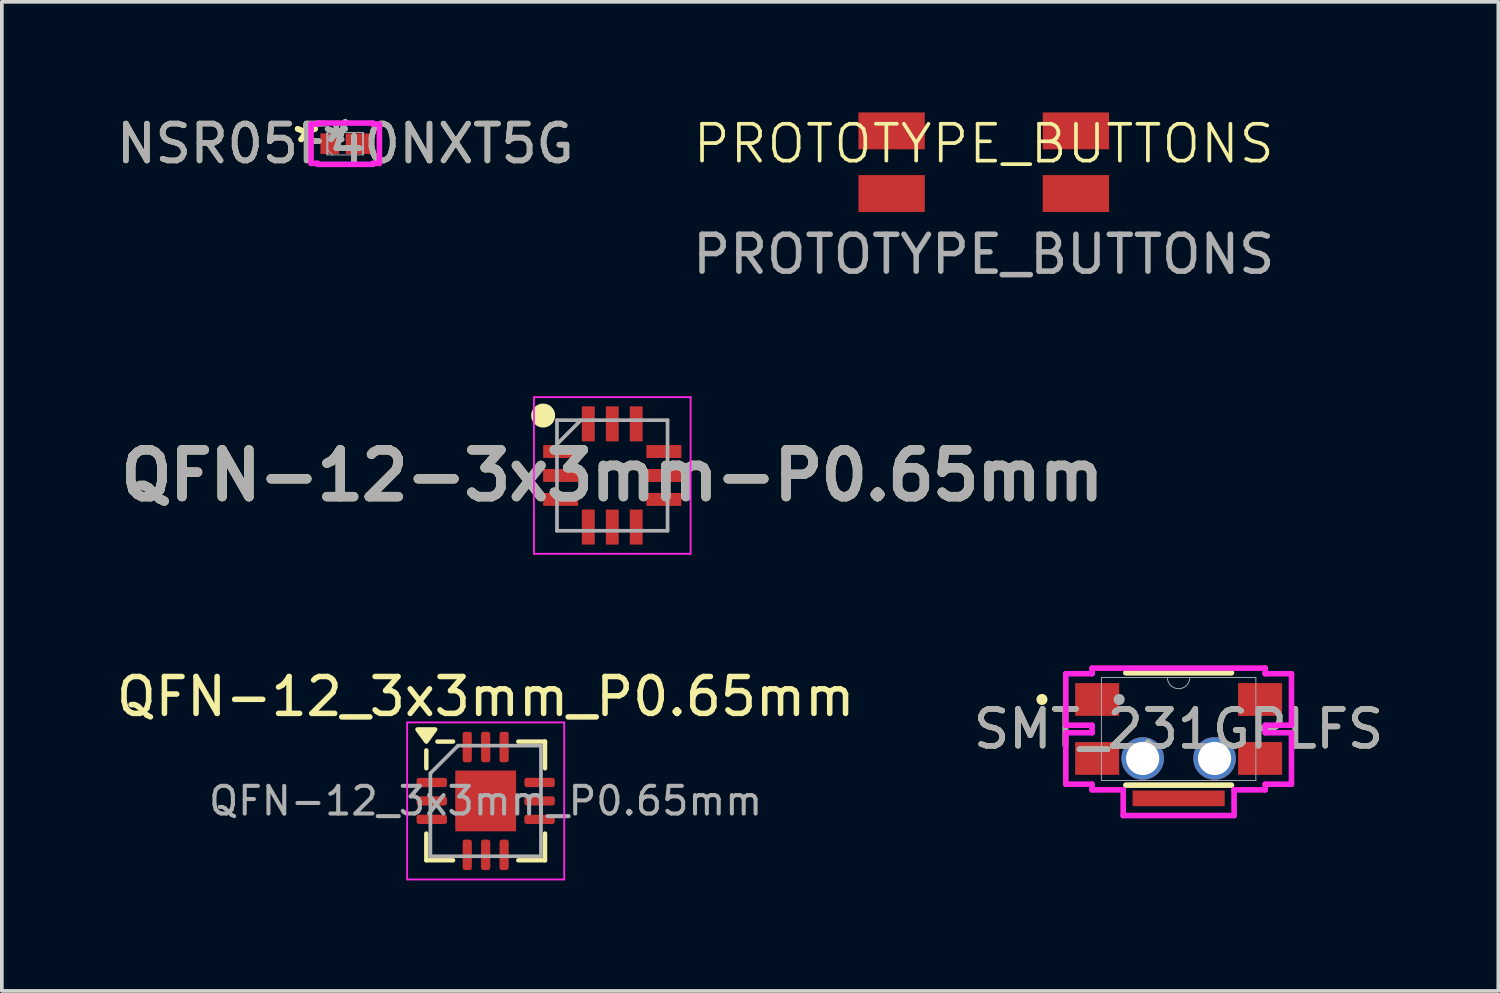
<source format=kicad_pcb>
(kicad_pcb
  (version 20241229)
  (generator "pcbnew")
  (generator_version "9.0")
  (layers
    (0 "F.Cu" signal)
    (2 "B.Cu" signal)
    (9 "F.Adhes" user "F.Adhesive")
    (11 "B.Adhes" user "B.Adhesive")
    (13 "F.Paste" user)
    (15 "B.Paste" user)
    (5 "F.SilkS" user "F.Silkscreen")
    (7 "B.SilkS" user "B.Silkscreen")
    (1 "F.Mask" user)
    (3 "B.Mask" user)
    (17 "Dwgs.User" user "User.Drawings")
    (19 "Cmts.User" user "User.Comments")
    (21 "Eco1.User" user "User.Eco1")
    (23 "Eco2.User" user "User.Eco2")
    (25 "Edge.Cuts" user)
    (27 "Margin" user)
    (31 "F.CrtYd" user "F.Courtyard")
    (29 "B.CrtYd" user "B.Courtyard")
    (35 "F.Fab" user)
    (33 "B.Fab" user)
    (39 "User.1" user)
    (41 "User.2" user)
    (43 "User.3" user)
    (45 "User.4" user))
  (footprint "NSR05F40NXT5G"
    (layer "F.Cu")
    (at 6.315 0.848)
    (property "Reference" "NSR05F40NXT5G" (at 0 0 0) (unlocked yes) (layer "F.SilkS") (effects (font (size 1 1) (thickness 0.15))))
    (attr smd)
    (fp_line (start -0.927 -0.533) (end -0.749 -0.533) (stroke (width 0.152) (type solid)) (layer "F.CrtYd"))
    (fp_line (start -0.927 0.533) (end -0.927 -0.533) (stroke (width 0.152) (type solid)) (layer "F.CrtYd"))
    (fp_line (start -0.749 -0.559) (end 0.749 -0.559) (stroke (width 0.152) (type solid)) (layer "F.CrtYd"))
    (fp_line (start -0.749 -0.533) (end -0.749 -0.559) (stroke (width 0.152) (type solid)) (layer "F.CrtYd"))
    (fp_line (start -0.749 0.533) (end -0.927 0.533) (stroke (width 0.152) (type solid)) (layer "F.CrtYd"))
    (fp_line (start -0.749 0.559) (end -0.749 0.533) (stroke (width 0.152) (type solid)) (layer "F.CrtYd"))
    (fp_line (start 0.749 -0.559) (end 0.749 -0.533) (stroke (width 0.152) (type solid)) (layer "F.CrtYd"))
    (fp_line (start 0.749 -0.533) (end 0.927 -0.533) (stroke (width 0.152) (type solid)) (layer "F.CrtYd"))
    (fp_line (start 0.749 0.533) (end 0.749 0.559) (stroke (width 0.152) (type solid)) (layer "F.CrtYd"))
    (fp_line (start 0.749 0.559) (end -0.749 0.559) (stroke (width 0.152) (type solid)) (layer "F.CrtYd"))
    (fp_line (start 0.927 -0.533) (end 0.927 0.533) (stroke (width 0.152) (type solid)) (layer "F.CrtYd"))
    (fp_line (start 0.927 0.533) (end 0.749 0.533) (stroke (width 0.152) (type solid)) (layer "F.CrtYd"))
    (fp_line (start -0.495 -0.305) (end -0.495 0.305) (stroke (width 0.025) (type solid)) (layer "F.Fab"))
    (fp_line (start -0.495 -0.279) (end -0.47 -0.279) (stroke (width 0.025) (type solid)) (layer "F.Fab"))
    (fp_line (start -0.495 -0.152) (end -0.343 -0.305) (stroke (width 0.025) (type solid)) (layer "F.Fab"))
    (fp_line (start -0.495 0.152) (end -0.343 0.305) (stroke (width 0.025) (type solid)) (layer "F.Fab"))
    (fp_line (start -0.495 0.279) (end -0.495 -0.279) (stroke (width 0.025) (type solid)) (layer "F.Fab"))
    (fp_line (start -0.495 0.305) (end 0.495 0.305) (stroke (width 0.025) (type solid)) (layer "F.Fab"))
    (fp_line (start -0.47 -0.279) (end -0.47 0.279) (stroke (width 0.025) (type solid)) (layer "F.Fab"))
    (fp_line (start -0.47 0.279) (end -0.495 0.279) (stroke (width 0.025) (type solid)) (layer "F.Fab"))
    (fp_line (start 0.47 -0.279) (end 0.495 -0.279) (stroke (width 0.025) (type solid)) (layer "F.Fab"))
    (fp_line (start 0.47 0.279) (end 0.47 -0.279) (stroke (width 0.025) (type solid)) (layer "F.Fab"))
    (fp_line (start 0.495 -0.305) (end -0.495 -0.305) (stroke (width 0.025) (type solid)) (layer "F.Fab"))
    (fp_line (start 0.495 -0.279) (end 0.495 0.279) (stroke (width 0.025) (type solid)) (layer "F.Fab"))
    (fp_line (start 0.495 0.279) (end 0.47 0.279) (stroke (width 0.025) (type solid)) (layer "F.Fab"))
    (fp_line (start 0.495 0.305) (end 0.495 -0.305) (stroke (width 0.025) (type solid)) (layer "F.Fab"))
    (fp_text user "*" (at -1.054 0 0) (unlocked yes) (layer "F.SilkS") (effects (font (size 1 1) (thickness 0.15))))
    (fp_text user "*" (at -1.054 0 0) (layer "F.SilkS") (effects (font (size 1 1) (thickness 0.15))))
    (fp_text user "*" (at -0.241 0 0) (layer "F.Fab") (effects (font (size 1 1) (thickness 0.15))))
    (fp_text user "${REFERENCE}" (at 0 0 0) (unlocked yes) (layer "F.Fab") (effects (font (size 1 1) (thickness 0.15))))
    (fp_text user "*" (at -0.241 0 0) (unlocked yes) (layer "F.Fab") (effects (font (size 1 1) (thickness 0.15))))
    (pad "1" smd rect (at -0.419 0) (size 0.508 0.559) (layers "F.Cu" "F.Mask" "F.Paste"))
    (pad "2" smd rect (at 0.343 0) (size 0.66 0.559) (layers "F.Cu" "F.Mask" "F.Paste"))
    (zone (net_name "") (layer "F.Cu") (hatch full 0.508) (connect_pads) (min_thickness 0.254) (filled_areas_thickness no) (keepout (tracks not_allowed) (vias not_allowed) (pads allowed) (copperpour not_allowed) (footprints allowed)) (placement (enabled no)) (fill) (polygon (pts (xy 6.201 0.594) (xy 6.277 0.594) (xy 6.277 1.102) (xy 6.201 1.102)))))
  (footprint "SMT_231GPLFS"
    (layer "F.Cu")
    (at 28.923 16.725)
    (property "Reference" "SMT_231GPLFS" (at 0 0 0) (unlocked yes) (layer "F.SilkS") (effects (font (size 1 1) (thickness 0.15))))
    (attr smd)
    (fp_line (start -1.432 1.524) (end 1.432 1.524) (stroke (width 0.152) (type solid)) (layer "F.SilkS"))
    (fp_line (start 1.432 -1.524) (end -1.432 -1.524) (stroke (width 0.152) (type solid)) (layer "F.SilkS"))
    (fp_circle (center -3.708 -0.8) (end -3.632 -0.8) (stroke (width 0.152) (type solid)) (fill no) (layer "F.SilkS"))
    (fp_line (start -3.061 -1.499) (end -3.061 -0.102) (stroke (width 0.152) (type solid)) (layer "F.CrtYd"))
    (fp_line (start -3.061 -0.102) (end -2.349 -0.102) (stroke (width 0.152) (type solid)) (layer "F.CrtYd"))
    (fp_line (start -3.061 0.102) (end -3.061 1.499) (stroke (width 0.152) (type solid)) (layer "F.CrtYd"))
    (fp_line (start -3.061 1.499) (end -2.349 1.499) (stroke (width 0.152) (type solid)) (layer "F.CrtYd"))
    (fp_line (start -2.349 -1.651) (end -2.349 -1.499) (stroke (width 0.152) (type solid)) (layer "F.CrtYd"))
    (fp_line (start -2.349 -1.499) (end -3.061 -1.499) (stroke (width 0.152) (type solid)) (layer "F.CrtYd"))
    (fp_line (start -2.349 -0.102) (end -2.349 0.102) (stroke (width 0.152) (type solid)) (layer "F.CrtYd"))
    (fp_line (start -2.349 0.102) (end -3.061 0.102) (stroke (width 0.152) (type solid)) (layer "F.CrtYd"))
    (fp_line (start -2.349 1.499) (end -2.349 1.651) (stroke (width 0.152) (type solid)) (layer "F.CrtYd"))
    (fp_line (start -2.349 1.651) (end -1.504 1.651) (stroke (width 0.152) (type solid)) (layer "F.CrtYd"))
    (fp_line (start -1.504 1.651) (end -1.504 2.348) (stroke (width 0.152) (type solid)) (layer "F.CrtYd"))
    (fp_line (start -1.504 2.348) (end 1.504 2.348) (stroke (width 0.152) (type solid)) (layer "F.CrtYd"))
    (fp_line (start 1.504 1.651) (end 2.349 1.651) (stroke (width 0.152) (type solid)) (layer "F.CrtYd"))
    (fp_line (start 1.504 2.348) (end 1.504 1.651) (stroke (width 0.152) (type solid)) (layer "F.CrtYd"))
    (fp_line (start 2.349 -1.651) (end -2.349 -1.651) (stroke (width 0.152) (type solid)) (layer "F.CrtYd"))
    (fp_line (start 2.349 -1.499) (end 2.349 -1.651) (stroke (width 0.152) (type solid)) (layer "F.CrtYd"))
    (fp_line (start 2.349 -0.102) (end 3.061 -0.102) (stroke (width 0.152) (type solid)) (layer "F.CrtYd"))
    (fp_line (start 2.349 0.102) (end 2.349 -0.102) (stroke (width 0.152) (type solid)) (layer "F.CrtYd"))
    (fp_line (start 2.349 1.499) (end 3.061 1.499) (stroke (width 0.152) (type solid)) (layer "F.CrtYd"))
    (fp_line (start 2.349 1.651) (end 2.349 1.499) (stroke (width 0.152) (type solid)) (layer "F.CrtYd"))
    (fp_line (start 3.061 -1.499) (end 2.349 -1.499) (stroke (width 0.152) (type solid)) (layer "F.CrtYd"))
    (fp_line (start 3.061 -0.102) (end 3.061 -1.499) (stroke (width 0.152) (type solid)) (layer "F.CrtYd"))
    (fp_line (start 3.061 0.102) (end 2.349 0.102) (stroke (width 0.152) (type solid)) (layer "F.CrtYd"))
    (fp_line (start 3.061 1.499) (end 3.061 0.102) (stroke (width 0.152) (type solid)) (layer "F.CrtYd"))
    (fp_line (start -2.095 -1.397) (end -2.095 1.397) (stroke (width 0.025) (type solid)) (layer "F.Fab"))
    (fp_line (start -2.095 1.397) (end 2.095 1.397) (stroke (width 0.025) (type solid)) (layer "F.Fab"))
    (fp_line (start 2.095 -1.397) (end -2.095 -1.397) (stroke (width 0.025) (type solid)) (layer "F.Fab"))
    (fp_line (start 2.095 1.397) (end 2.095 -1.397) (stroke (width 0.025) (type solid)) (layer "F.Fab"))
    (fp_arc (start 0.3048 -1.397) (mid 0 -1.0922) (end -0.3048 -1.397) (stroke (width 0.0254) (type solid)) (layer "F.Fab"))
    (fp_circle (center -1.613 -0.8) (end -1.613 -0.8) (stroke (width 0.152) (type solid)) (fill no) (layer "F.Fab"))
    (fp_text user "${REFERENCE}" (at 0 0 0) (unlocked yes) (layer "F.Fab") (effects (font (size 1 1) (thickness 0.15))))
    (pad "1" smd rect (at -2.21 -0.8) (size 1.194 0.889) (layers "F.Cu" "F.Mask" "F.Paste"))
    (pad "2" smd rect (at -2.21 0.8) (size 1.194 0.889) (layers "F.Cu" "F.Mask" "F.Paste"))
    (pad "3" smd rect (at 2.21 0.8) (size 1.194 0.889) (layers "F.Cu" "F.Mask" "F.Paste"))
    (pad "4" smd rect (at 2.21 -0.8) (size 1.194 0.889) (layers "F.Cu" "F.Mask" "F.Paste"))
    (pad "5" smd rect (at 0 1.882) (size 2.5 0.425) (layers "F.Cu" "F.Mask" "F.Paste"))
    (pad "6" thru_hole circle (at -0.975 0.8) (size 1.154 1.154) (drill 0.9) (layers "*.Cu" "*.Mask"))
    (pad "7" thru_hole circle (at 0.975 0.8) (size 1.154 1.154) (drill 0.9) (layers "*.Cu" "*.Mask")))
  (footprint "QFN-12-3x3mm-P0.65mm"
    (layer "F.Cu")
    (at 13.559 9.848)
    (property "Reference" "QFN-12-3x3mm-P0.65mm" (at 0 0 0) (layer "F.SilkS") (effects (font (size 1.27 1.27) (thickness 0.254))))
    (attr smd)
    (fp_circle (center -1.875 -1.625) (end -1.875 -1.462) (stroke (width 0.325) (type solid)) (fill no) (layer "F.SilkS"))
    (fp_line (start -2.125 -2.125) (end 2.125 -2.125) (stroke (width 0.05) (type solid)) (layer "F.CrtYd"))
    (fp_line (start -2.125 2.125) (end -2.125 -2.125) (stroke (width 0.05) (type solid)) (layer "F.CrtYd"))
    (fp_line (start 2.125 -2.125) (end 2.125 2.125) (stroke (width 0.05) (type solid)) (layer "F.CrtYd"))
    (fp_line (start 2.125 2.125) (end -2.125 2.125) (stroke (width 0.05) (type solid)) (layer "F.CrtYd"))
    (fp_line (start -1.5 -1.5) (end 1.5 -1.5) (stroke (width 0.1) (type solid)) (layer "F.Fab"))
    (fp_line (start -1.5 -0.85) (end -0.85 -1.5) (stroke (width 0.1) (type solid)) (layer "F.Fab"))
    (fp_line (start -1.5 1.5) (end -1.5 -1.5) (stroke (width 0.1) (type solid)) (layer "F.Fab"))
    (fp_line (start 1.5 -1.5) (end 1.5 1.5) (stroke (width 0.1) (type solid)) (layer "F.Fab"))
    (fp_line (start 1.5 1.5) (end -1.5 1.5) (stroke (width 0.1) (type solid)) (layer "F.Fab"))
    (fp_text user "${REFERENCE}" (at 0 0 0) (layer "F.Fab") (effects (font (size 1.27 1.27) (thickness 0.254))))
    (pad "1" smd rect (at -1.4 -0.65 90) (size 0.35 0.95) (layers "F.Cu" "F.Mask" "F.Paste"))
    (pad "2" smd rect (at -1.4 0 90) (size 0.35 0.95) (layers "F.Cu" "F.Mask" "F.Paste"))
    (pad "3" smd rect (at -1.4 0.65 90) (size 0.35 0.95) (layers "F.Cu" "F.Mask" "F.Paste"))
    (pad "4" smd rect (at -0.65 1.4) (size 0.35 0.95) (layers "F.Cu" "F.Mask" "F.Paste"))
    (pad "5" smd rect (at 0 1.4) (size 0.35 0.95) (layers "F.Cu" "F.Mask" "F.Paste"))
    (pad "6" smd rect (at 0.65 1.4) (size 0.35 0.95) (layers "F.Cu" "F.Mask" "F.Paste"))
    (pad "7" smd rect (at 1.4 0.65 90) (size 0.35 0.95) (layers "F.Cu" "F.Mask" "F.Paste"))
    (pad "8" smd rect (at 1.4 0 90) (size 0.35 0.95) (layers "F.Cu" "F.Mask" "F.Paste"))
    (pad "9" smd rect (at 1.4 -0.65 90) (size 0.35 0.95) (layers "F.Cu" "F.Mask" "F.Paste"))
    (pad "10" smd rect (at 0.65 -1.4) (size 0.35 0.95) (layers "F.Cu" "F.Mask" "F.Paste"))
    (pad "11" smd rect (at 0 -1.4) (size 0.35 0.95) (layers "F.Cu" "F.Mask" "F.Paste"))
    (pad "12" smd rect (at -0.65 -1.4) (size 0.35 0.95) (layers "F.Cu" "F.Mask" "F.Paste")))
  (footprint "QFN-12_3x3mm_P0.65mm"
    (layer "F.Cu")
    (at 10.125 18.677)
    (property "Reference" "QFN-12_3x3mm_P0.65mm" (at 0 -2.83 0) (layer "F.SilkS") (effects (font (size 1 1) (thickness 0.15))))
    (attr smd)
    (fp_line (start -1.61 -0.885) (end -1.61 -1.37) (stroke (width 0.12) (type solid)) (layer "F.SilkS"))
    (fp_line (start -1.61 1.61) (end -1.61 0.885) (stroke (width 0.12) (type solid)) (layer "F.SilkS"))
    (fp_line (start -0.885 -1.61) (end -1.31 -1.61) (stroke (width 0.12) (type solid)) (layer "F.SilkS"))
    (fp_line (start -0.885 1.61) (end -1.61 1.61) (stroke (width 0.12) (type solid)) (layer "F.SilkS"))
    (fp_line (start 0.885 -1.61) (end 1.61 -1.61) (stroke (width 0.12) (type solid)) (layer "F.SilkS"))
    (fp_line (start 0.885 1.61) (end 1.61 1.61) (stroke (width 0.12) (type solid)) (layer "F.SilkS"))
    (fp_line (start 1.61 -1.61) (end 1.61 -0.885) (stroke (width 0.12) (type solid)) (layer "F.SilkS"))
    (fp_line (start 1.61 1.61) (end 1.61 0.885) (stroke (width 0.12) (type solid)) (layer "F.SilkS"))
    (fp_poly (pts (xy -1.61 -1.61) (xy -1.85 -1.94) (xy -1.37 -1.94) (xy -1.61 -1.61)) (stroke (width 0.12) (type solid)) (fill yes) (layer "F.SilkS"))
    (fp_line (start -2.13 -2.13) (end -2.13 2.13) (stroke (width 0.05) (type solid)) (layer "F.CrtYd"))
    (fp_line (start -2.13 2.13) (end 2.13 2.13) (stroke (width 0.05) (type solid)) (layer "F.CrtYd"))
    (fp_line (start 2.13 -2.13) (end -2.13 -2.13) (stroke (width 0.05) (type solid)) (layer "F.CrtYd"))
    (fp_line (start 2.13 2.13) (end 2.13 -2.13) (stroke (width 0.05) (type solid)) (layer "F.CrtYd"))
    (fp_line (start -1.5 -0.75) (end -0.75 -1.5) (stroke (width 0.1) (type solid)) (layer "F.Fab"))
    (fp_line (start -1.5 1.5) (end -1.5 -0.75) (stroke (width 0.1) (type solid)) (layer "F.Fab"))
    (fp_line (start -0.75 -1.5) (end 1.5 -1.5) (stroke (width 0.1) (type solid)) (layer "F.Fab"))
    (fp_line (start 1.5 -1.5) (end 1.5 1.5) (stroke (width 0.1) (type solid)) (layer "F.Fab"))
    (fp_line (start 1.5 1.5) (end -1.5 1.5) (stroke (width 0.1) (type solid)) (layer "F.Fab"))
    (fp_text user "${REFERENCE}" (at 0 0 0) (layer "F.Fab") (effects (font (size 0.75 0.75) (thickness 0.11))))
    (pad "" smd roundrect (at -0.41 -0.41) (size 0.67 0.67) (layers "F.Paste") (roundrect_rratio 0.25))
    (pad "" smd roundrect (at -0.41 0.41) (size 0.67 0.67) (layers "F.Paste") (roundrect_rratio 0.25))
    (pad "" smd roundrect (at 0.41 -0.41) (size 0.67 0.67) (layers "F.Paste") (roundrect_rratio 0.25))
    (pad "" smd roundrect (at 0.41 0.41) (size 0.67 0.67) (layers "F.Paste") (roundrect_rratio 0.25))
    (pad "1" smd roundrect (at -1.462 -0.5) (size 0.825 0.25) (layers "F.Cu" "F.Mask" "F.Paste") (roundrect_rratio 0.25))
    (pad "2" smd roundrect (at -1.462 0) (size 0.825 0.25) (layers "F.Cu" "F.Mask" "F.Paste") (roundrect_rratio 0.25))
    (pad "3" smd roundrect (at -1.462 0.5) (size 0.825 0.25) (layers "F.Cu" "F.Mask" "F.Paste") (roundrect_rratio 0.25))
    (pad "4" smd roundrect (at -0.5 1.462) (size 0.25 0.825) (layers "F.Cu" "F.Mask" "F.Paste") (roundrect_rratio 0.25))
    (pad "5" smd roundrect (at 0 1.462) (size 0.25 0.825) (layers "F.Cu" "F.Mask" "F.Paste") (roundrect_rratio 0.25))
    (pad "6" smd roundrect (at 0.5 1.462) (size 0.25 0.825) (layers "F.Cu" "F.Mask" "F.Paste") (roundrect_rratio 0.25))
    (pad "7" smd roundrect (at 1.462 0.5) (size 0.825 0.25) (layers "F.Cu" "F.Mask" "F.Paste") (roundrect_rratio 0.25))
    (pad "8" smd roundrect (at 1.462 0) (size 0.825 0.25) (layers "F.Cu" "F.Mask" "F.Paste") (roundrect_rratio 0.25))
    (pad "9" smd roundrect (at 1.462 -0.5) (size 0.825 0.25) (layers "F.Cu" "F.Mask" "F.Paste") (roundrect_rratio 0.25))
    (pad "10" smd roundrect (at 0.5 -1.462) (size 0.25 0.825) (layers "F.Cu" "F.Mask" "F.Paste") (roundrect_rratio 0.25))
    (pad "11" smd roundrect (at 0 -1.462) (size 0.25 0.825) (layers "F.Cu" "F.Mask" "F.Paste") (roundrect_rratio 0.25))
    (pad "12" smd roundrect (at -0.5 -1.462) (size 0.25 0.825) (layers "F.Cu" "F.Mask" "F.Paste") (roundrect_rratio 0.25))
    (pad "13" smd rect (at 0 0) (size 1.65 1.65) (property pad_prop_heatsink) (layers "F.Cu" "F.Mask")))
  (footprint "PROTOTYPE_BUTTONS"
    (layer "F.Cu")
    (at 23.637 1.35)
    (property "Reference" "PROTOTYPE_BUTTONS" (at 0 -0.5 0) (unlocked yes) (layer "F.SilkS") (effects (font (size 1 1) (thickness 0.1))))
    (attr smd)
    (fp_text user "${REFERENCE}" (at 0 2.5 0) (unlocked yes) (layer "F.Fab") (effects (font (size 1 1) (thickness 0.15))))
    (pad "1" smd rect (at -2.5 -0.85) (size 1.8 1) (layers "F.Cu" "F.Mask" "F.Paste"))
    (pad "1" smd rect (at 2.5 -0.85) (size 1.8 1) (layers "F.Cu" "F.Mask" "F.Paste"))
    (pad "2" smd rect (at -2.5 0.85) (size 1.8 1) (layers "F.Cu" "F.Mask" "F.Paste"))
    (pad "2" smd rect (at 2.5 0.85) (size 1.8 1) (layers "F.Cu" "F.Mask" "F.Paste")))
  (gr_rect
    (start -3 -3)
    (end 37.595 23.831)
    (stroke (width 0.1) (type default))
    (fill no)
    (layer "Edge.Cuts")))
</source>
